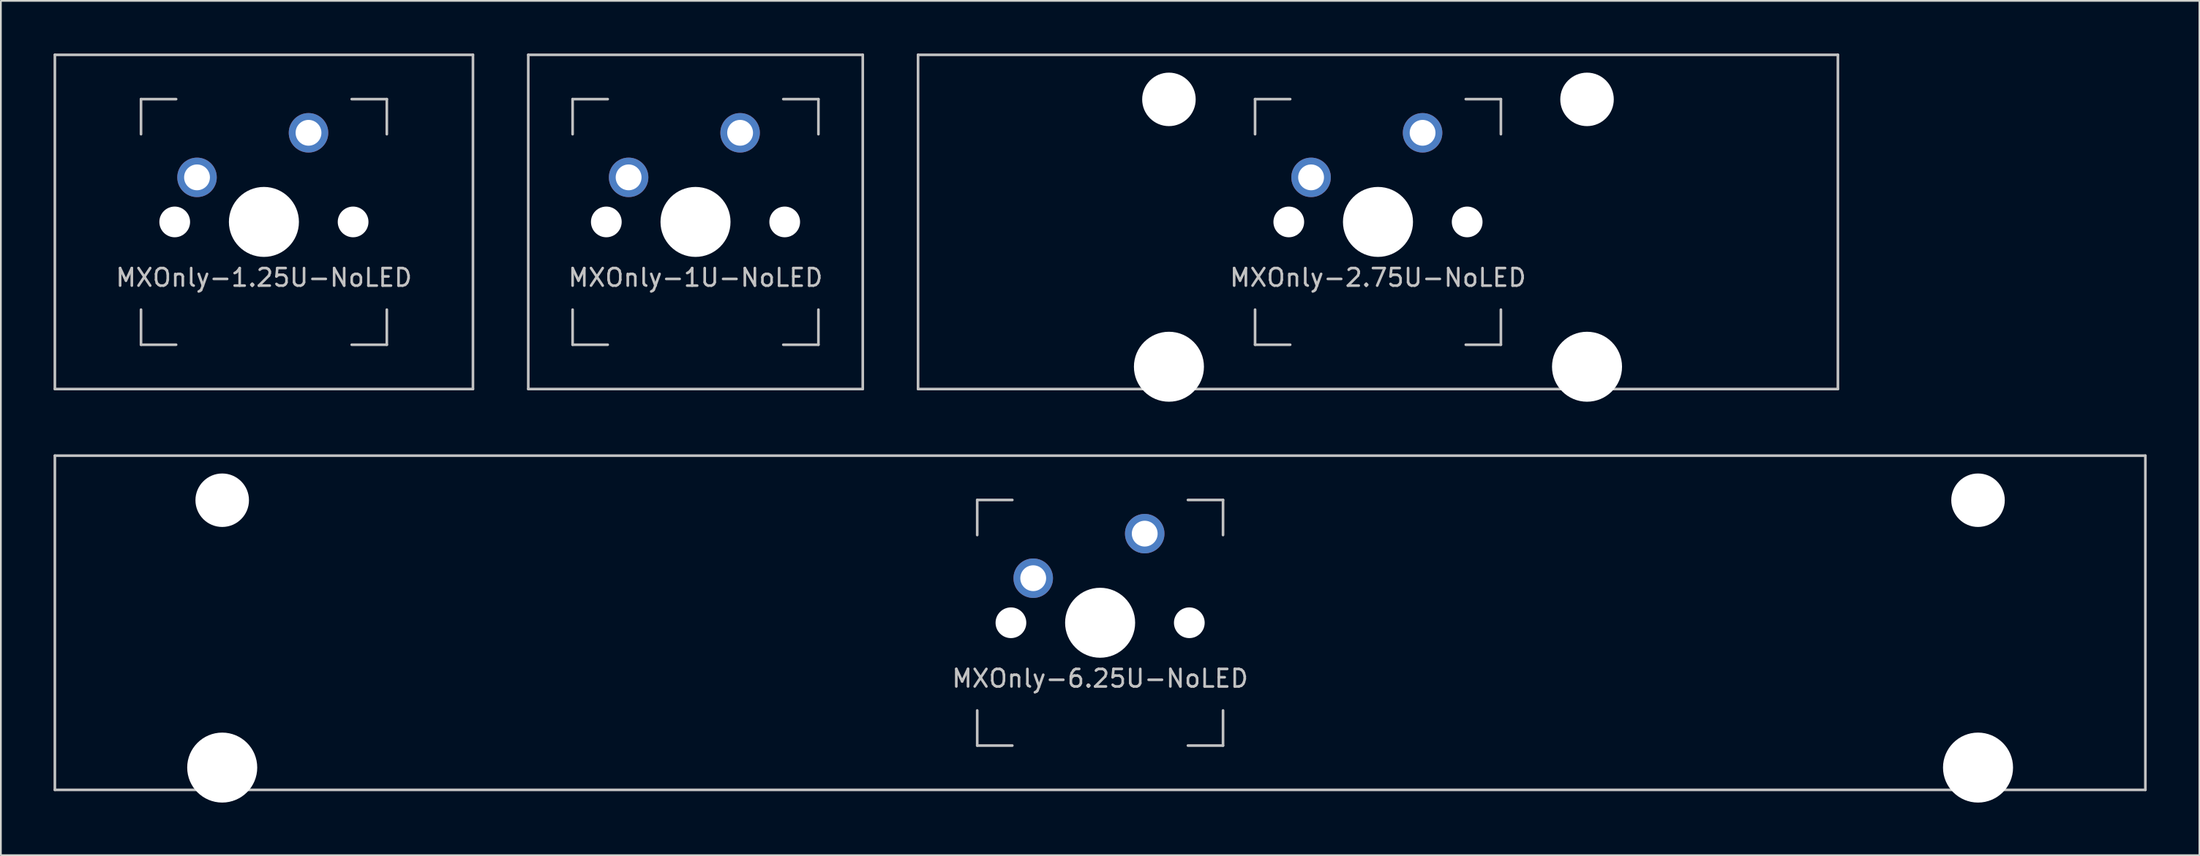
<source format=kicad_pcb>
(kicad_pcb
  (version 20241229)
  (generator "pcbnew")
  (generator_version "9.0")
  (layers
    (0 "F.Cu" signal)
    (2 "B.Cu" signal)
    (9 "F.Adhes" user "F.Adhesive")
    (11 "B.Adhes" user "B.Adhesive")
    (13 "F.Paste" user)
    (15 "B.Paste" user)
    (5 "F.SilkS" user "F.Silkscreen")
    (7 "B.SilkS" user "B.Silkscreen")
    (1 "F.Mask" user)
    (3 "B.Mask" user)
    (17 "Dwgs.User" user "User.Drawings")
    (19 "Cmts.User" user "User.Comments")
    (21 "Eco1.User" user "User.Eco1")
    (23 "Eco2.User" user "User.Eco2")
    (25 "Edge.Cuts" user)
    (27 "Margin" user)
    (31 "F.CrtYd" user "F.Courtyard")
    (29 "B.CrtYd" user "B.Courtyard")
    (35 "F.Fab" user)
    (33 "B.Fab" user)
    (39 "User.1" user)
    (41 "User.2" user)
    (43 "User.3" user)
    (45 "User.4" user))
  (footprint "MXOnly-1.25U-NoLED"
    (layer "F.Cu")
    (at 11.981 9.6)
    (property "Reference" "MXOnly-1.25U-NoLED" (at 0 3.175 0) (layer "Dwgs.User") (effects (font (size 1 1) (thickness 0.15))))
    (attr through_hole board_only exclude_from_bom)
    (fp_line (start -11.906 -9.525) (end 11.906 -9.525) (stroke (width 0.15) (type solid)) (layer "Dwgs.User"))
    (fp_line (start -11.906 9.525) (end -11.906 -9.525) (stroke (width 0.15) (type solid)) (layer "Dwgs.User"))
    (fp_line (start -11.906 9.525) (end 11.906 9.525) (stroke (width 0.15) (type solid)) (layer "Dwgs.User"))
    (fp_line (start -7 -7) (end -7 -5) (stroke (width 0.15) (type solid)) (layer "Dwgs.User"))
    (fp_line (start -7 5) (end -7 7) (stroke (width 0.15) (type solid)) (layer "Dwgs.User"))
    (fp_line (start -7 7) (end -5 7) (stroke (width 0.15) (type solid)) (layer "Dwgs.User"))
    (fp_line (start -5 -7) (end -7 -7) (stroke (width 0.15) (type solid)) (layer "Dwgs.User"))
    (fp_line (start 5 -7) (end 7 -7) (stroke (width 0.15) (type solid)) (layer "Dwgs.User"))
    (fp_line (start 5 7) (end 7 7) (stroke (width 0.15) (type solid)) (layer "Dwgs.User"))
    (fp_line (start 7 -7) (end 7 -5) (stroke (width 0.15) (type solid)) (layer "Dwgs.User"))
    (fp_line (start 7 7) (end 7 5) (stroke (width 0.15) (type solid)) (layer "Dwgs.User"))
    (fp_line (start 11.906 -9.525) (end 11.906 9.525) (stroke (width 0.15) (type solid)) (layer "Dwgs.User"))
    (pad "" np_thru_hole circle (at -5.08 0 48.1) (size 1.75 1.75) (drill 1.75) (layers "*.Cu" "*.Mask"))
    (pad "" np_thru_hole circle (at 0 0) (size 3.988 3.988) (drill 3.988) (layers "*.Cu" "*.Mask"))
    (pad "" np_thru_hole circle (at 5.08 0 48.1) (size 1.75 1.75) (drill 1.75) (layers "*.Cu" "*.Mask"))
    (pad "1" thru_hole circle (at -3.81 -2.54) (size 2.25 2.25) (drill 1.47) (layers "*.Cu" "*.Mask"))
    (pad "2" thru_hole circle (at 2.54 -5.08) (size 2.25 2.25) (drill 1.47) (layers "*.Cu" "*.Mask")))
  (footprint "MXOnly-6.25U-NoLED"
    (layer "F.Cu")
    (at 59.606 32.449)
    (property "Reference" "MXOnly-6.25U-NoLED" (at 0 3.175 0) (layer "Dwgs.User") (effects (font (size 1 1) (thickness 0.15))))
    (attr through_hole board_only exclude_from_bom)
    (fp_line (start -59.531 -9.525) (end 59.531 -9.525) (stroke (width 0.15) (type solid)) (layer "Dwgs.User"))
    (fp_line (start -59.531 9.525) (end -59.531 -9.525) (stroke (width 0.15) (type solid)) (layer "Dwgs.User"))
    (fp_line (start -59.531 9.525) (end 59.531 9.525) (stroke (width 0.15) (type solid)) (layer "Dwgs.User"))
    (fp_line (start -7 -7) (end -7 -5) (stroke (width 0.15) (type solid)) (layer "Dwgs.User"))
    (fp_line (start -7 5) (end -7 7) (stroke (width 0.15) (type solid)) (layer "Dwgs.User"))
    (fp_line (start -7 7) (end -5 7) (stroke (width 0.15) (type solid)) (layer "Dwgs.User"))
    (fp_line (start -5 -7) (end -7 -7) (stroke (width 0.15) (type solid)) (layer "Dwgs.User"))
    (fp_line (start 5 -7) (end 7 -7) (stroke (width 0.15) (type solid)) (layer "Dwgs.User"))
    (fp_line (start 5 7) (end 7 7) (stroke (width 0.15) (type solid)) (layer "Dwgs.User"))
    (fp_line (start 7 -7) (end 7 -5) (stroke (width 0.15) (type solid)) (layer "Dwgs.User"))
    (fp_line (start 7 7) (end 7 5) (stroke (width 0.15) (type solid)) (layer "Dwgs.User"))
    (fp_line (start 59.531 -9.525) (end 59.531 9.525) (stroke (width 0.15) (type solid)) (layer "Dwgs.User"))
    (pad "" np_thru_hole circle (at -50 -6.985) (size 3.048 3.048) (drill 3.048) (layers "*.Cu" "*.Mask"))
    (pad "" np_thru_hole circle (at -50 8.255) (size 3.988 3.988) (drill 3.988) (layers "*.Cu" "*.Mask"))
    (pad "" np_thru_hole circle (at -5.08 0 48.1) (size 1.75 1.75) (drill 1.75) (layers "*.Cu" "*.Mask"))
    (pad "" np_thru_hole circle (at 0 0) (size 3.988 3.988) (drill 3.988) (layers "*.Cu" "*.Mask"))
    (pad "" np_thru_hole circle (at 5.08 0 48.1) (size 1.75 1.75) (drill 1.75) (layers "*.Cu" "*.Mask"))
    (pad "" np_thru_hole circle (at 50 -6.985) (size 3.048 3.048) (drill 3.048) (layers "*.Cu" "*.Mask"))
    (pad "" np_thru_hole circle (at 50 8.255) (size 3.988 3.988) (drill 3.988) (layers "*.Cu" "*.Mask"))
    (pad "1" thru_hole circle (at -3.81 -2.54) (size 2.25 2.25) (drill 1.47) (layers "*.Cu" "*.Mask"))
    (pad "2" thru_hole circle (at 2.54 -5.08) (size 2.25 2.25) (drill 1.47) (layers "*.Cu" "*.Mask")))
  (footprint "MXOnly-1U-NoLED"
    (layer "F.Cu")
    (at 36.562 9.6)
    (property "Reference" "MXOnly-1U-NoLED" (at 0 3.175 0) (layer "Dwgs.User") (effects (font (size 1 1) (thickness 0.15))))
    (attr through_hole)
    (fp_line (start -9.525 -9.525) (end 9.525 -9.525) (stroke (width 0.15) (type solid)) (layer "Dwgs.User"))
    (fp_line (start -9.525 9.525) (end -9.525 -9.525) (stroke (width 0.15) (type solid)) (layer "Dwgs.User"))
    (fp_line (start -7 -7) (end -7 -5) (stroke (width 0.15) (type solid)) (layer "Dwgs.User"))
    (fp_line (start -7 5) (end -7 7) (stroke (width 0.15) (type solid)) (layer "Dwgs.User"))
    (fp_line (start -7 7) (end -5 7) (stroke (width 0.15) (type solid)) (layer "Dwgs.User"))
    (fp_line (start -5 -7) (end -7 -7) (stroke (width 0.15) (type solid)) (layer "Dwgs.User"))
    (fp_line (start 5 -7) (end 7 -7) (stroke (width 0.15) (type solid)) (layer "Dwgs.User"))
    (fp_line (start 5 7) (end 7 7) (stroke (width 0.15) (type solid)) (layer "Dwgs.User"))
    (fp_line (start 7 -7) (end 7 -5) (stroke (width 0.15) (type solid)) (layer "Dwgs.User"))
    (fp_line (start 7 7) (end 7 5) (stroke (width 0.15) (type solid)) (layer "Dwgs.User"))
    (fp_line (start 9.525 -9.525) (end 9.525 9.525) (stroke (width 0.15) (type solid)) (layer "Dwgs.User"))
    (fp_line (start 9.525 9.525) (end -9.525 9.525) (stroke (width 0.15) (type solid)) (layer "Dwgs.User"))
    (pad "" np_thru_hole circle (at -5.08 0 48.1) (size 1.75 1.75) (drill 1.75) (layers "*.Cu" "*.Mask"))
    (pad "" np_thru_hole circle (at 0 0) (size 3.988 3.988) (drill 3.988) (layers "*.Cu" "*.Mask"))
    (pad "" np_thru_hole circle (at 5.08 0 48.1) (size 1.75 1.75) (drill 1.75) (layers "*.Cu" "*.Mask"))
    (pad "1" thru_hole circle (at -3.81 -2.54) (size 2.25 2.25) (drill 1.47) (layers "*.Cu" "*.Mask"))
    (pad "2" thru_hole circle (at 2.54 -5.08) (size 2.25 2.25) (drill 1.47) (layers "*.Cu" "*.Mask")))
  (footprint "MXOnly-2.75U-NoLED"
    (layer "F.Cu")
    (at 75.431 9.6)
    (property "Reference" "MXOnly-2.75U-NoLED" (at 0 3.175 0) (layer "Dwgs.User") (effects (font (size 1 1) (thickness 0.15))))
    (attr through_hole board_only exclude_from_bom)
    (fp_line (start -26.194 -9.525) (end 26.194 -9.525) (stroke (width 0.15) (type solid)) (layer "Dwgs.User"))
    (fp_line (start -26.194 9.525) (end -26.194 -9.525) (stroke (width 0.15) (type solid)) (layer "Dwgs.User"))
    (fp_line (start -26.194 9.525) (end 26.194 9.525) (stroke (width 0.15) (type solid)) (layer "Dwgs.User"))
    (fp_line (start -7 -7) (end -7 -5) (stroke (width 0.15) (type solid)) (layer "Dwgs.User"))
    (fp_line (start -7 5) (end -7 7) (stroke (width 0.15) (type solid)) (layer "Dwgs.User"))
    (fp_line (start -7 7) (end -5 7) (stroke (width 0.15) (type solid)) (layer "Dwgs.User"))
    (fp_line (start -5 -7) (end -7 -7) (stroke (width 0.15) (type solid)) (layer "Dwgs.User"))
    (fp_line (start 5 -7) (end 7 -7) (stroke (width 0.15) (type solid)) (layer "Dwgs.User"))
    (fp_line (start 5 7) (end 7 7) (stroke (width 0.15) (type solid)) (layer "Dwgs.User"))
    (fp_line (start 7 -7) (end 7 -5) (stroke (width 0.15) (type solid)) (layer "Dwgs.User"))
    (fp_line (start 7 7) (end 7 5) (stroke (width 0.15) (type solid)) (layer "Dwgs.User"))
    (fp_line (start 26.194 -9.525) (end 26.194 9.525) (stroke (width 0.15) (type solid)) (layer "Dwgs.User"))
    (pad "" np_thru_hole circle (at -11.906 -6.985) (size 3.048 3.048) (drill 3.048) (layers "*.Cu" "*.Mask"))
    (pad "" np_thru_hole circle (at -11.906 8.255) (size 3.988 3.988) (drill 3.988) (layers "*.Cu" "*.Mask"))
    (pad "" np_thru_hole circle (at -5.08 0 48.1) (size 1.75 1.75) (drill 1.75) (layers "*.Cu" "*.Mask"))
    (pad "" np_thru_hole circle (at 0 0) (size 3.988 3.988) (drill 3.988) (layers "*.Cu" "*.Mask"))
    (pad "" np_thru_hole circle (at 5.08 0 48.1) (size 1.75 1.75) (drill 1.75) (layers "*.Cu" "*.Mask"))
    (pad "" np_thru_hole circle (at 11.906 -6.985) (size 3.048 3.048) (drill 3.048) (layers "*.Cu" "*.Mask"))
    (pad "" np_thru_hole circle (at 11.906 8.255) (size 3.988 3.988) (drill 3.988) (layers "*.Cu" "*.Mask"))
    (pad "1" thru_hole circle (at -3.81 -2.54) (size 2.25 2.25) (drill 1.47) (layers "*.Cu" "*.Mask"))
    (pad "2" thru_hole circle (at 2.54 -5.08) (size 2.25 2.25) (drill 1.47) (layers "*.Cu" "*.Mask")))
  (gr_rect
    (start -3 -3)
    (end 122.213 45.698)
    (stroke (width 0.1) (type default))
    (fill no)
    (layer "Edge.Cuts")))
</source>
